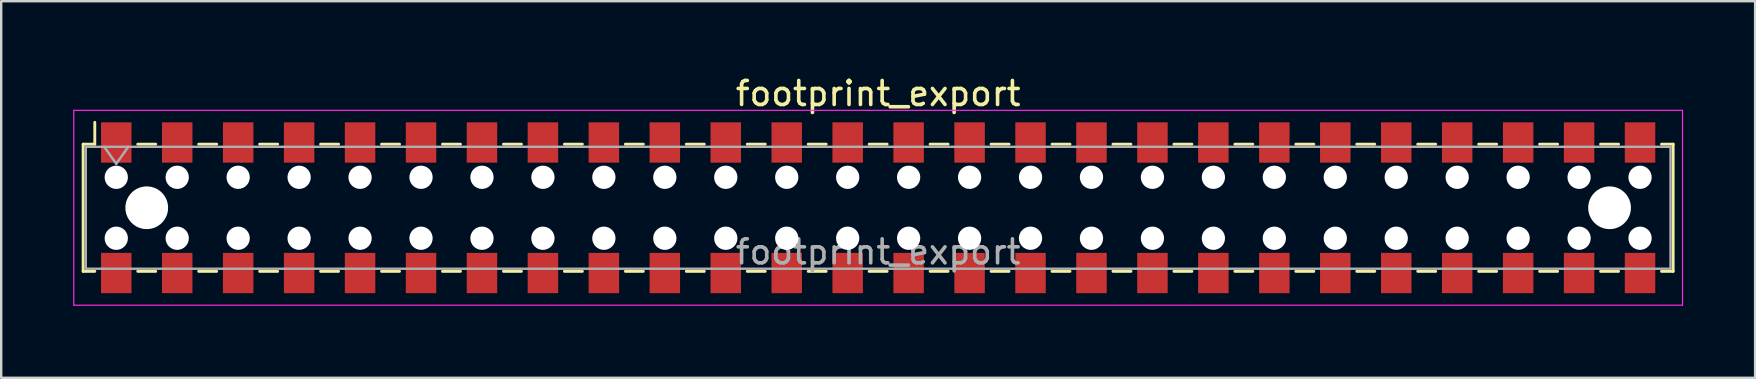
<source format=kicad_pcb>
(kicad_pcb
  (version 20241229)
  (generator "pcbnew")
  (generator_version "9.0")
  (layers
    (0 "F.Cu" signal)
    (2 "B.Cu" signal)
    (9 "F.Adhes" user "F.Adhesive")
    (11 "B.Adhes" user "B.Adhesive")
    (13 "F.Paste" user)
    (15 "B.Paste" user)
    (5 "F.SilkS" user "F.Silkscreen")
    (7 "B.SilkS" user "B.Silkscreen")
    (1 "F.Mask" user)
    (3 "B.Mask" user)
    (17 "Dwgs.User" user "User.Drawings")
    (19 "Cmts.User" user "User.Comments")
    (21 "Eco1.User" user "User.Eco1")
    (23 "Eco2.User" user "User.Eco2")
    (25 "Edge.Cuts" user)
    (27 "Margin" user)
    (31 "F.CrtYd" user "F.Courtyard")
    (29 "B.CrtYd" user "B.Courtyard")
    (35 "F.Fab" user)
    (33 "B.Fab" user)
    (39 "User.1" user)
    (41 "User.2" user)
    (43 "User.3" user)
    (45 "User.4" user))
  (footprint "footprint_export"
    (layer "F.Cu")
    (at 33.545 5.608)
    (property "Reference" "footprint_export" (at 0 -4.76 0) (layer "F.SilkS") (effects (font (size 1 1) (thickness 0.15))))
    (attr smd)
    (fp_line (start -33.13 -2.65) (end -33.13 2.65) (stroke (width 0.12) (type solid)) (layer "F.SilkS"))
    (fp_line (start -33.13 2.65) (end -32.645 2.65) (stroke (width 0.12) (type solid)) (layer "F.SilkS"))
    (fp_line (start -32.645 -3.56) (end -32.645 -2.65) (stroke (width 0.12) (type solid)) (layer "F.SilkS"))
    (fp_line (start -32.645 -2.65) (end -33.13 -2.65) (stroke (width 0.12) (type solid)) (layer "F.SilkS"))
    (fp_line (start -30.855 -2.65) (end -30.105 -2.65) (stroke (width 0.12) (type solid)) (layer "F.SilkS"))
    (fp_line (start -30.855 2.65) (end -30.105 2.65) (stroke (width 0.12) (type solid)) (layer "F.SilkS"))
    (fp_line (start -28.315 -2.65) (end -27.565 -2.65) (stroke (width 0.12) (type solid)) (layer "F.SilkS"))
    (fp_line (start -28.315 2.65) (end -27.565 2.65) (stroke (width 0.12) (type solid)) (layer "F.SilkS"))
    (fp_line (start -25.775 -2.65) (end -25.025 -2.65) (stroke (width 0.12) (type solid)) (layer "F.SilkS"))
    (fp_line (start -25.775 2.65) (end -25.025 2.65) (stroke (width 0.12) (type solid)) (layer "F.SilkS"))
    (fp_line (start -23.235 -2.65) (end -22.485 -2.65) (stroke (width 0.12) (type solid)) (layer "F.SilkS"))
    (fp_line (start -23.235 2.65) (end -22.485 2.65) (stroke (width 0.12) (type solid)) (layer "F.SilkS"))
    (fp_line (start -20.695 -2.65) (end -19.945 -2.65) (stroke (width 0.12) (type solid)) (layer "F.SilkS"))
    (fp_line (start -20.695 2.65) (end -19.945 2.65) (stroke (width 0.12) (type solid)) (layer "F.SilkS"))
    (fp_line (start -18.155 -2.65) (end -17.405 -2.65) (stroke (width 0.12) (type solid)) (layer "F.SilkS"))
    (fp_line (start -18.155 2.65) (end -17.405 2.65) (stroke (width 0.12) (type solid)) (layer "F.SilkS"))
    (fp_line (start -15.615 -2.65) (end -14.865 -2.65) (stroke (width 0.12) (type solid)) (layer "F.SilkS"))
    (fp_line (start -15.615 2.65) (end -14.865 2.65) (stroke (width 0.12) (type solid)) (layer "F.SilkS"))
    (fp_line (start -13.075 -2.65) (end -12.325 -2.65) (stroke (width 0.12) (type solid)) (layer "F.SilkS"))
    (fp_line (start -13.075 2.65) (end -12.325 2.65) (stroke (width 0.12) (type solid)) (layer "F.SilkS"))
    (fp_line (start -10.535 -2.65) (end -9.785 -2.65) (stroke (width 0.12) (type solid)) (layer "F.SilkS"))
    (fp_line (start -10.535 2.65) (end -9.785 2.65) (stroke (width 0.12) (type solid)) (layer "F.SilkS"))
    (fp_line (start -7.995 -2.65) (end -7.245 -2.65) (stroke (width 0.12) (type solid)) (layer "F.SilkS"))
    (fp_line (start -7.995 2.65) (end -7.245 2.65) (stroke (width 0.12) (type solid)) (layer "F.SilkS"))
    (fp_line (start -5.455 -2.65) (end -4.705 -2.65) (stroke (width 0.12) (type solid)) (layer "F.SilkS"))
    (fp_line (start -5.455 2.65) (end -4.705 2.65) (stroke (width 0.12) (type solid)) (layer "F.SilkS"))
    (fp_line (start -2.915 -2.65) (end -2.165 -2.65) (stroke (width 0.12) (type solid)) (layer "F.SilkS"))
    (fp_line (start -2.915 2.65) (end -2.165 2.65) (stroke (width 0.12) (type solid)) (layer "F.SilkS"))
    (fp_line (start -0.375 -2.65) (end 0.375 -2.65) (stroke (width 0.12) (type solid)) (layer "F.SilkS"))
    (fp_line (start -0.375 2.65) (end 0.375 2.65) (stroke (width 0.12) (type solid)) (layer "F.SilkS"))
    (fp_line (start 2.165 -2.65) (end 2.915 -2.65) (stroke (width 0.12) (type solid)) (layer "F.SilkS"))
    (fp_line (start 2.165 2.65) (end 2.915 2.65) (stroke (width 0.12) (type solid)) (layer "F.SilkS"))
    (fp_line (start 4.705 -2.65) (end 5.455 -2.65) (stroke (width 0.12) (type solid)) (layer "F.SilkS"))
    (fp_line (start 4.705 2.65) (end 5.455 2.65) (stroke (width 0.12) (type solid)) (layer "F.SilkS"))
    (fp_line (start 7.245 -2.65) (end 7.995 -2.65) (stroke (width 0.12) (type solid)) (layer "F.SilkS"))
    (fp_line (start 7.245 2.65) (end 7.995 2.65) (stroke (width 0.12) (type solid)) (layer "F.SilkS"))
    (fp_line (start 9.785 -2.65) (end 10.535 -2.65) (stroke (width 0.12) (type solid)) (layer "F.SilkS"))
    (fp_line (start 9.785 2.65) (end 10.535 2.65) (stroke (width 0.12) (type solid)) (layer "F.SilkS"))
    (fp_line (start 12.325 -2.65) (end 13.075 -2.65) (stroke (width 0.12) (type solid)) (layer "F.SilkS"))
    (fp_line (start 12.325 2.65) (end 13.075 2.65) (stroke (width 0.12) (type solid)) (layer "F.SilkS"))
    (fp_line (start 14.865 -2.65) (end 15.615 -2.65) (stroke (width 0.12) (type solid)) (layer "F.SilkS"))
    (fp_line (start 14.865 2.65) (end 15.615 2.65) (stroke (width 0.12) (type solid)) (layer "F.SilkS"))
    (fp_line (start 17.405 -2.65) (end 18.155 -2.65) (stroke (width 0.12) (type solid)) (layer "F.SilkS"))
    (fp_line (start 17.405 2.65) (end 18.155 2.65) (stroke (width 0.12) (type solid)) (layer "F.SilkS"))
    (fp_line (start 19.945 -2.65) (end 20.695 -2.65) (stroke (width 0.12) (type solid)) (layer "F.SilkS"))
    (fp_line (start 19.945 2.65) (end 20.695 2.65) (stroke (width 0.12) (type solid)) (layer "F.SilkS"))
    (fp_line (start 22.485 -2.65) (end 23.235 -2.65) (stroke (width 0.12) (type solid)) (layer "F.SilkS"))
    (fp_line (start 22.485 2.65) (end 23.235 2.65) (stroke (width 0.12) (type solid)) (layer "F.SilkS"))
    (fp_line (start 25.025 -2.65) (end 25.775 -2.65) (stroke (width 0.12) (type solid)) (layer "F.SilkS"))
    (fp_line (start 25.025 2.65) (end 25.775 2.65) (stroke (width 0.12) (type solid)) (layer "F.SilkS"))
    (fp_line (start 27.565 -2.65) (end 28.315 -2.65) (stroke (width 0.12) (type solid)) (layer "F.SilkS"))
    (fp_line (start 27.565 2.65) (end 28.315 2.65) (stroke (width 0.12) (type solid)) (layer "F.SilkS"))
    (fp_line (start 30.105 -2.65) (end 30.855 -2.65) (stroke (width 0.12) (type solid)) (layer "F.SilkS"))
    (fp_line (start 30.105 2.65) (end 30.855 2.65) (stroke (width 0.12) (type solid)) (layer "F.SilkS"))
    (fp_line (start 32.645 -2.65) (end 33.13 -2.65) (stroke (width 0.12) (type solid)) (layer "F.SilkS"))
    (fp_line (start 33.13 -2.65) (end 33.13 2.65) (stroke (width 0.12) (type solid)) (layer "F.SilkS"))
    (fp_line (start 33.13 2.65) (end 32.645 2.65) (stroke (width 0.12) (type solid)) (layer "F.SilkS"))
    (fp_line (start -33.52 -4.06) (end 33.52 -4.06) (stroke (width 0.05) (type solid)) (layer "F.CrtYd"))
    (fp_line (start -33.52 4.06) (end -33.52 -4.06) (stroke (width 0.05) (type solid)) (layer "F.CrtYd"))
    (fp_line (start 33.52 -4.06) (end 33.52 4.06) (stroke (width 0.05) (type solid)) (layer "F.CrtYd"))
    (fp_line (start 33.52 4.06) (end -33.52 4.06) (stroke (width 0.05) (type solid)) (layer "F.CrtYd"))
    (fp_line (start -33.02 -2.54) (end 33.02 -2.54) (stroke (width 0.1) (type solid)) (layer "F.Fab"))
    (fp_line (start -33.02 2.54) (end -33.02 -2.54) (stroke (width 0.1) (type solid)) (layer "F.Fab"))
    (fp_line (start -32.25 -2.54) (end -31.75 -1.833) (stroke (width 0.1) (type solid)) (layer "F.Fab"))
    (fp_line (start -31.75 -1.833) (end -31.25 -2.54) (stroke (width 0.1) (type solid)) (layer "F.Fab"))
    (fp_line (start 33.02 -2.54) (end 33.02 2.54) (stroke (width 0.1) (type solid)) (layer "F.Fab"))
    (fp_line (start 33.02 2.54) (end -33.02 2.54) (stroke (width 0.1) (type solid)) (layer "F.Fab"))
    (fp_text user "${REFERENCE}" (at 0 1.84 0) (layer "F.Fab") (effects (font (size 1 1) (thickness 0.15))))
    (pad "" np_thru_hole circle (at -31.75 -1.27) (size 0.97 0.97) (drill 0.97) (layers "*.Cu" "*.Mask"))
    (pad "" np_thru_hole circle (at -31.75 1.27) (size 0.97 0.97) (drill 0.97) (layers "*.Cu" "*.Mask"))
    (pad "" np_thru_hole circle (at -30.48 0) (size 1.78 1.78) (drill 1.78) (layers "*.Cu" "*.Mask"))
    (pad "" np_thru_hole circle (at -29.21 -1.27) (size 0.97 0.97) (drill 0.97) (layers "*.Cu" "*.Mask"))
    (pad "" np_thru_hole circle (at -29.21 1.27) (size 0.97 0.97) (drill 0.97) (layers "*.Cu" "*.Mask"))
    (pad "" np_thru_hole circle (at -26.67 -1.27) (size 0.97 0.97) (drill 0.97) (layers "*.Cu" "*.Mask"))
    (pad "" np_thru_hole circle (at -26.67 1.27) (size 0.97 0.97) (drill 0.97) (layers "*.Cu" "*.Mask"))
    (pad "" np_thru_hole circle (at -24.13 -1.27) (size 0.97 0.97) (drill 0.97) (layers "*.Cu" "*.Mask"))
    (pad "" np_thru_hole circle (at -24.13 1.27) (size 0.97 0.97) (drill 0.97) (layers "*.Cu" "*.Mask"))
    (pad "" np_thru_hole circle (at -21.59 -1.27) (size 0.97 0.97) (drill 0.97) (layers "*.Cu" "*.Mask"))
    (pad "" np_thru_hole circle (at -21.59 1.27) (size 0.97 0.97) (drill 0.97) (layers "*.Cu" "*.Mask"))
    (pad "" np_thru_hole circle (at -19.05 -1.27) (size 0.97 0.97) (drill 0.97) (layers "*.Cu" "*.Mask"))
    (pad "" np_thru_hole circle (at -19.05 1.27) (size 0.97 0.97) (drill 0.97) (layers "*.Cu" "*.Mask"))
    (pad "" np_thru_hole circle (at -16.51 -1.27) (size 0.97 0.97) (drill 0.97) (layers "*.Cu" "*.Mask"))
    (pad "" np_thru_hole circle (at -16.51 1.27) (size 0.97 0.97) (drill 0.97) (layers "*.Cu" "*.Mask"))
    (pad "" np_thru_hole circle (at -13.97 -1.27) (size 0.97 0.97) (drill 0.97) (layers "*.Cu" "*.Mask"))
    (pad "" np_thru_hole circle (at -13.97 1.27) (size 0.97 0.97) (drill 0.97) (layers "*.Cu" "*.Mask"))
    (pad "" np_thru_hole circle (at -11.43 -1.27) (size 0.97 0.97) (drill 0.97) (layers "*.Cu" "*.Mask"))
    (pad "" np_thru_hole circle (at -11.43 1.27) (size 0.97 0.97) (drill 0.97) (layers "*.Cu" "*.Mask"))
    (pad "" np_thru_hole circle (at -8.89 -1.27) (size 0.97 0.97) (drill 0.97) (layers "*.Cu" "*.Mask"))
    (pad "" np_thru_hole circle (at -8.89 1.27) (size 0.97 0.97) (drill 0.97) (layers "*.Cu" "*.Mask"))
    (pad "" np_thru_hole circle (at -6.35 -1.27) (size 0.97 0.97) (drill 0.97) (layers "*.Cu" "*.Mask"))
    (pad "" np_thru_hole circle (at -6.35 1.27) (size 0.97 0.97) (drill 0.97) (layers "*.Cu" "*.Mask"))
    (pad "" np_thru_hole circle (at -3.81 -1.27) (size 0.97 0.97) (drill 0.97) (layers "*.Cu" "*.Mask"))
    (pad "" np_thru_hole circle (at -3.81 1.27) (size 0.97 0.97) (drill 0.97) (layers "*.Cu" "*.Mask"))
    (pad "" np_thru_hole circle (at -1.27 -1.27) (size 0.97 0.97) (drill 0.97) (layers "*.Cu" "*.Mask"))
    (pad "" np_thru_hole circle (at -1.27 1.27) (size 0.97 0.97) (drill 0.97) (layers "*.Cu" "*.Mask"))
    (pad "" np_thru_hole circle (at 1.27 -1.27) (size 0.97 0.97) (drill 0.97) (layers "*.Cu" "*.Mask"))
    (pad "" np_thru_hole circle (at 1.27 1.27) (size 0.97 0.97) (drill 0.97) (layers "*.Cu" "*.Mask"))
    (pad "" np_thru_hole circle (at 3.81 -1.27) (size 0.97 0.97) (drill 0.97) (layers "*.Cu" "*.Mask"))
    (pad "" np_thru_hole circle (at 3.81 1.27) (size 0.97 0.97) (drill 0.97) (layers "*.Cu" "*.Mask"))
    (pad "" np_thru_hole circle (at 6.35 -1.27) (size 0.97 0.97) (drill 0.97) (layers "*.Cu" "*.Mask"))
    (pad "" np_thru_hole circle (at 6.35 1.27) (size 0.97 0.97) (drill 0.97) (layers "*.Cu" "*.Mask"))
    (pad "" np_thru_hole circle (at 8.89 -1.27) (size 0.97 0.97) (drill 0.97) (layers "*.Cu" "*.Mask"))
    (pad "" np_thru_hole circle (at 8.89 1.27) (size 0.97 0.97) (drill 0.97) (layers "*.Cu" "*.Mask"))
    (pad "" np_thru_hole circle (at 11.43 -1.27) (size 0.97 0.97) (drill 0.97) (layers "*.Cu" "*.Mask"))
    (pad "" np_thru_hole circle (at 11.43 1.27) (size 0.97 0.97) (drill 0.97) (layers "*.Cu" "*.Mask"))
    (pad "" np_thru_hole circle (at 13.97 -1.27) (size 0.97 0.97) (drill 0.97) (layers "*.Cu" "*.Mask"))
    (pad "" np_thru_hole circle (at 13.97 1.27) (size 0.97 0.97) (drill 0.97) (layers "*.Cu" "*.Mask"))
    (pad "" np_thru_hole circle (at 16.51 -1.27) (size 0.97 0.97) (drill 0.97) (layers "*.Cu" "*.Mask"))
    (pad "" np_thru_hole circle (at 16.51 1.27) (size 0.97 0.97) (drill 0.97) (layers "*.Cu" "*.Mask"))
    (pad "" np_thru_hole circle (at 19.05 -1.27) (size 0.97 0.97) (drill 0.97) (layers "*.Cu" "*.Mask"))
    (pad "" np_thru_hole circle (at 19.05 1.27) (size 0.97 0.97) (drill 0.97) (layers "*.Cu" "*.Mask"))
    (pad "" np_thru_hole circle (at 21.59 -1.27) (size 0.97 0.97) (drill 0.97) (layers "*.Cu" "*.Mask"))
    (pad "" np_thru_hole circle (at 21.59 1.27) (size 0.97 0.97) (drill 0.97) (layers "*.Cu" "*.Mask"))
    (pad "" np_thru_hole circle (at 24.13 -1.27) (size 0.97 0.97) (drill 0.97) (layers "*.Cu" "*.Mask"))
    (pad "" np_thru_hole circle (at 24.13 1.27) (size 0.97 0.97) (drill 0.97) (layers "*.Cu" "*.Mask"))
    (pad "" np_thru_hole circle (at 26.67 -1.27) (size 0.97 0.97) (drill 0.97) (layers "*.Cu" "*.Mask"))
    (pad "" np_thru_hole circle (at 26.67 1.27) (size 0.97 0.97) (drill 0.97) (layers "*.Cu" "*.Mask"))
    (pad "" np_thru_hole circle (at 29.21 -1.27) (size 0.97 0.97) (drill 0.97) (layers "*.Cu" "*.Mask"))
    (pad "" np_thru_hole circle (at 29.21 1.27) (size 0.97 0.97) (drill 0.97) (layers "*.Cu" "*.Mask"))
    (pad "" np_thru_hole circle (at 30.48 0) (size 1.78 1.78) (drill 1.78) (layers "*.Cu" "*.Mask"))
    (pad "" np_thru_hole circle (at 31.75 -1.27) (size 0.97 0.97) (drill 0.97) (layers "*.Cu" "*.Mask"))
    (pad "" np_thru_hole circle (at 31.75 1.27) (size 0.97 0.97) (drill 0.97) (layers "*.Cu" "*.Mask"))
    (pad "1" smd rect (at -31.75 -2.72) (size 1.27 1.68) (layers "F.Cu" "F.Mask" "F.Paste"))
    (pad "2" smd rect (at -31.75 2.72) (size 1.27 1.68) (layers "F.Cu" "F.Mask" "F.Paste"))
    (pad "3" smd rect (at -29.21 -2.72) (size 1.27 1.68) (layers "F.Cu" "F.Mask" "F.Paste"))
    (pad "4" smd rect (at -29.21 2.72) (size 1.27 1.68) (layers "F.Cu" "F.Mask" "F.Paste"))
    (pad "5" smd rect (at -26.67 -2.72) (size 1.27 1.68) (layers "F.Cu" "F.Mask" "F.Paste"))
    (pad "6" smd rect (at -26.67 2.72) (size 1.27 1.68) (layers "F.Cu" "F.Mask" "F.Paste"))
    (pad "7" smd rect (at -24.13 -2.72) (size 1.27 1.68) (layers "F.Cu" "F.Mask" "F.Paste"))
    (pad "8" smd rect (at -24.13 2.72) (size 1.27 1.68) (layers "F.Cu" "F.Mask" "F.Paste"))
    (pad "9" smd rect (at -21.59 -2.72) (size 1.27 1.68) (layers "F.Cu" "F.Mask" "F.Paste"))
    (pad "10" smd rect (at -21.59 2.72) (size 1.27 1.68) (layers "F.Cu" "F.Mask" "F.Paste"))
    (pad "11" smd rect (at -19.05 -2.72) (size 1.27 1.68) (layers "F.Cu" "F.Mask" "F.Paste"))
    (pad "12" smd rect (at -19.05 2.72) (size 1.27 1.68) (layers "F.Cu" "F.Mask" "F.Paste"))
    (pad "13" smd rect (at -16.51 -2.72) (size 1.27 1.68) (layers "F.Cu" "F.Mask" "F.Paste"))
    (pad "14" smd rect (at -16.51 2.72) (size 1.27 1.68) (layers "F.Cu" "F.Mask" "F.Paste"))
    (pad "15" smd rect (at -13.97 -2.72) (size 1.27 1.68) (layers "F.Cu" "F.Mask" "F.Paste"))
    (pad "16" smd rect (at -13.97 2.72) (size 1.27 1.68) (layers "F.Cu" "F.Mask" "F.Paste"))
    (pad "17" smd rect (at -11.43 -2.72) (size 1.27 1.68) (layers "F.Cu" "F.Mask" "F.Paste"))
    (pad "18" smd rect (at -11.43 2.72) (size 1.27 1.68) (layers "F.Cu" "F.Mask" "F.Paste"))
    (pad "19" smd rect (at -8.89 -2.72) (size 1.27 1.68) (layers "F.Cu" "F.Mask" "F.Paste"))
    (pad "20" smd rect (at -8.89 2.72) (size 1.27 1.68) (layers "F.Cu" "F.Mask" "F.Paste"))
    (pad "21" smd rect (at -6.35 -2.72) (size 1.27 1.68) (layers "F.Cu" "F.Mask" "F.Paste"))
    (pad "22" smd rect (at -6.35 2.72) (size 1.27 1.68) (layers "F.Cu" "F.Mask" "F.Paste"))
    (pad "23" smd rect (at -3.81 -2.72) (size 1.27 1.68) (layers "F.Cu" "F.Mask" "F.Paste"))
    (pad "24" smd rect (at -3.81 2.72) (size 1.27 1.68) (layers "F.Cu" "F.Mask" "F.Paste"))
    (pad "25" smd rect (at -1.27 -2.72) (size 1.27 1.68) (layers "F.Cu" "F.Mask" "F.Paste"))
    (pad "26" smd rect (at -1.27 2.72) (size 1.27 1.68) (layers "F.Cu" "F.Mask" "F.Paste"))
    (pad "27" smd rect (at 1.27 -2.72) (size 1.27 1.68) (layers "F.Cu" "F.Mask" "F.Paste"))
    (pad "28" smd rect (at 1.27 2.72) (size 1.27 1.68) (layers "F.Cu" "F.Mask" "F.Paste"))
    (pad "29" smd rect (at 3.81 -2.72) (size 1.27 1.68) (layers "F.Cu" "F.Mask" "F.Paste"))
    (pad "30" smd rect (at 3.81 2.72) (size 1.27 1.68) (layers "F.Cu" "F.Mask" "F.Paste"))
    (pad "31" smd rect (at 6.35 -2.72) (size 1.27 1.68) (layers "F.Cu" "F.Mask" "F.Paste"))
    (pad "32" smd rect (at 6.35 2.72) (size 1.27 1.68) (layers "F.Cu" "F.Mask" "F.Paste"))
    (pad "33" smd rect (at 8.89 -2.72) (size 1.27 1.68) (layers "F.Cu" "F.Mask" "F.Paste"))
    (pad "34" smd rect (at 8.89 2.72) (size 1.27 1.68) (layers "F.Cu" "F.Mask" "F.Paste"))
    (pad "35" smd rect (at 11.43 -2.72) (size 1.27 1.68) (layers "F.Cu" "F.Mask" "F.Paste"))
    (pad "36" smd rect (at 11.43 2.72) (size 1.27 1.68) (layers "F.Cu" "F.Mask" "F.Paste"))
    (pad "37" smd rect (at 13.97 -2.72) (size 1.27 1.68) (layers "F.Cu" "F.Mask" "F.Paste"))
    (pad "38" smd rect (at 13.97 2.72) (size 1.27 1.68) (layers "F.Cu" "F.Mask" "F.Paste"))
    (pad "39" smd rect (at 16.51 -2.72) (size 1.27 1.68) (layers "F.Cu" "F.Mask" "F.Paste"))
    (pad "40" smd rect (at 16.51 2.72) (size 1.27 1.68) (layers "F.Cu" "F.Mask" "F.Paste"))
    (pad "41" smd rect (at 19.05 -2.72) (size 1.27 1.68) (layers "F.Cu" "F.Mask" "F.Paste"))
    (pad "42" smd rect (at 19.05 2.72) (size 1.27 1.68) (layers "F.Cu" "F.Mask" "F.Paste"))
    (pad "43" smd rect (at 21.59 -2.72) (size 1.27 1.68) (layers "F.Cu" "F.Mask" "F.Paste"))
    (pad "44" smd rect (at 21.59 2.72) (size 1.27 1.68) (layers "F.Cu" "F.Mask" "F.Paste"))
    (pad "45" smd rect (at 24.13 -2.72) (size 1.27 1.68) (layers "F.Cu" "F.Mask" "F.Paste"))
    (pad "46" smd rect (at 24.13 2.72) (size 1.27 1.68) (layers "F.Cu" "F.Mask" "F.Paste"))
    (pad "47" smd rect (at 26.67 -2.72) (size 1.27 1.68) (layers "F.Cu" "F.Mask" "F.Paste"))
    (pad "48" smd rect (at 26.67 2.72) (size 1.27 1.68) (layers "F.Cu" "F.Mask" "F.Paste"))
    (pad "49" smd rect (at 29.21 -2.72) (size 1.27 1.68) (layers "F.Cu" "F.Mask" "F.Paste"))
    (pad "50" smd rect (at 29.21 2.72) (size 1.27 1.68) (layers "F.Cu" "F.Mask" "F.Paste"))
    (pad "51" smd rect (at 31.75 -2.72) (size 1.27 1.68) (layers "F.Cu" "F.Mask" "F.Paste"))
    (pad "52" smd rect (at 31.75 2.72) (size 1.27 1.68) (layers "F.Cu" "F.Mask" "F.Paste")))
  (gr_rect
    (start -3 -3)
    (end 70.09 12.693)
    (stroke (width 0.1) (type default))
    (fill no)
    (layer "Edge.Cuts")))
</source>
